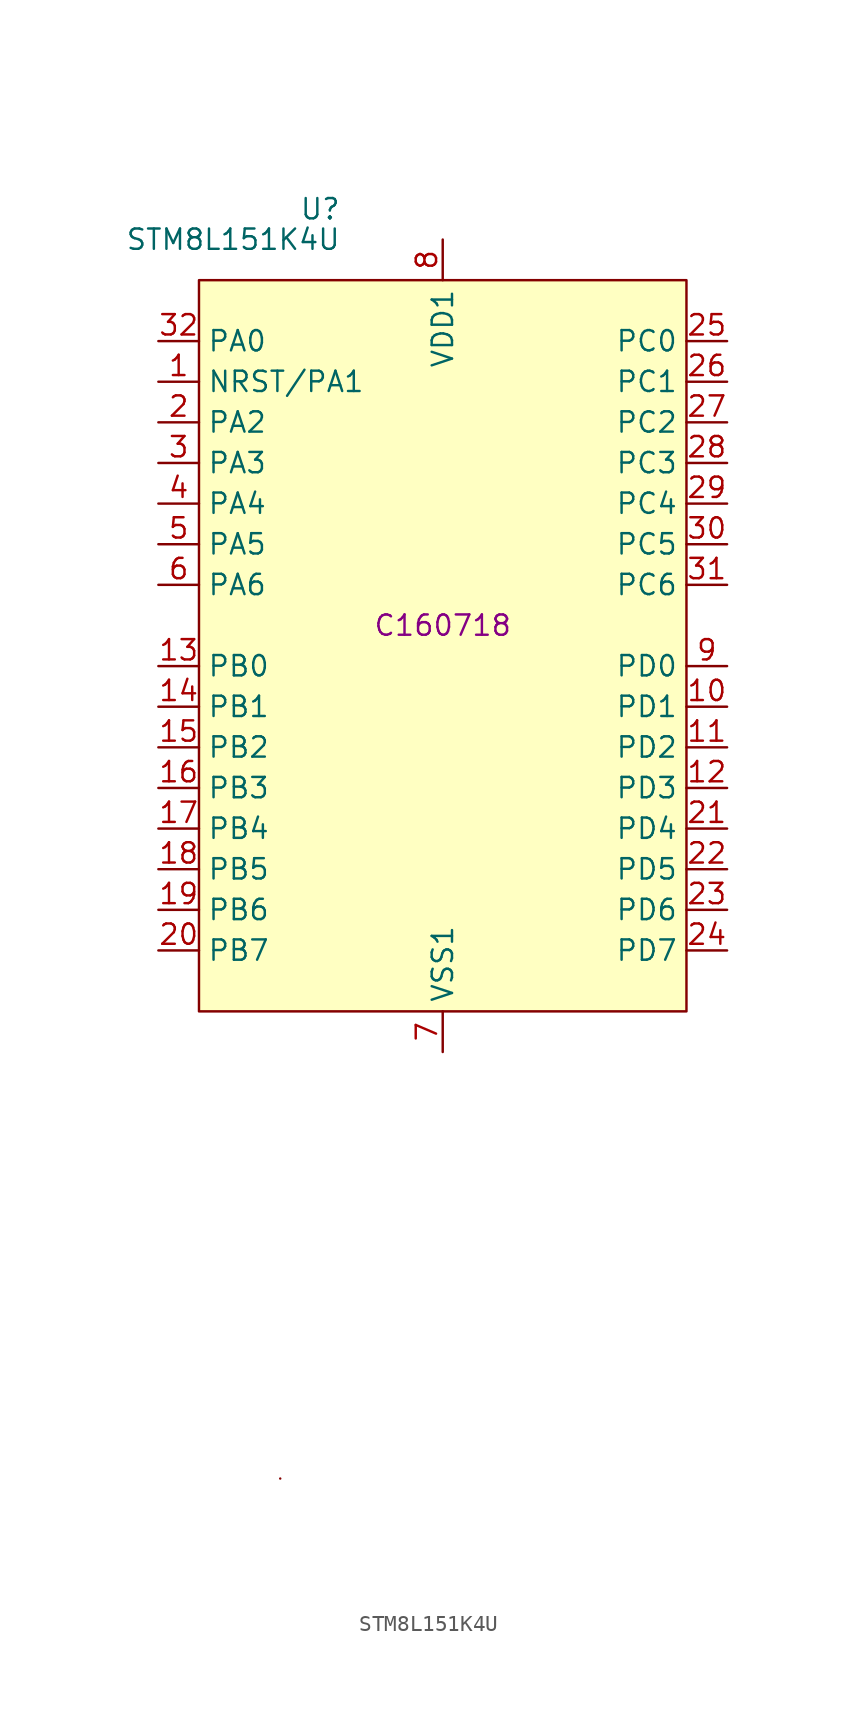
<source format=kicad_sym>
(kicad_symbol_lib
  (version 20211014)
  (generator kicad_symbol_editor)
  (symbol "STM8L151K4U"
    (property "Reference" "U"
      (at -6.35 26.035 0)
      (effects (font (size 1.27 1.27)) (justify right)))
    (property "Value" "STM8L151K4U"
      (at -6.35 24.13 0)
      (effects (font (size 1.27 1.27)) (justify right)))
    (property "LCSC" "C160718"
      (at 0 0 0)
      (effects (font (size 1.27 1.27))))
    (symbol "STM8L151K4U_0_0"
      (pin bidirectional line (at -17.78 15.24 0) (length 2.54) (name "NRST/PA1" (effects (font (size 1.27 1.27)))) (number "1" (effects (font (size 1.27 1.27)))))
      (pin bidirectional line (at 17.78 -5.08 180) (length 2.54) (name "PD1" (effects (font (size 1.27 1.27)))) (number "10" (effects (font (size 1.27 1.27)))))
      (pin bidirectional line (at 17.78 -7.62 180) (length 2.54) (name "PD2" (effects (font (size 1.27 1.27)))) (number "11" (effects (font (size 1.27 1.27)))))
      (pin bidirectional line (at 17.78 -10.16 180) (length 2.54) (name "PD3" (effects (font (size 1.27 1.27)))) (number "12" (effects (font (size 1.27 1.27)))))
      (pin bidirectional line (at -17.78 -2.54 0) (length 2.54) (name "PB0" (effects (font (size 1.27 1.27)))) (number "13" (effects (font (size 1.27 1.27)))))
      (pin bidirectional line (at -17.78 -5.08 0) (length 2.54) (name "PB1" (effects (font (size 1.27 1.27)))) (number "14" (effects (font (size 1.27 1.27)))))
      (pin bidirectional line (at -17.78 -7.62 0) (length 2.54) (name "PB2" (effects (font (size 1.27 1.27)))) (number "15" (effects (font (size 1.27 1.27)))))
      (pin bidirectional line (at -17.78 -10.16 0) (length 2.54) (name "PB3" (effects (font (size 1.27 1.27)))) (number "16" (effects (font (size 1.27 1.27)))))
      (pin bidirectional line (at -17.78 -12.7 0) (length 2.54) (name "PB4" (effects (font (size 1.27 1.27)))) (number "17" (effects (font (size 1.27 1.27)))))
      (pin bidirectional line (at -17.78 -15.24 0) (length 2.54) (name "PB5" (effects (font (size 1.27 1.27)))) (number "18" (effects (font (size 1.27 1.27)))))
      (pin bidirectional line (at -17.78 -17.78 0) (length 2.54) (name "PB6" (effects (font (size 1.27 1.27)))) (number "19" (effects (font (size 1.27 1.27)))))
      (pin bidirectional line (at -17.78 12.7 0) (length 2.54) (name "PA2" (effects (font (size 1.27 1.27)))) (number "2" (effects (font (size 1.27 1.27)))))
      (pin bidirectional line (at -17.78 -20.32 0) (length 2.54) (name "PB7" (effects (font (size 1.27 1.27)))) (number "20" (effects (font (size 1.27 1.27)))))
      (pin bidirectional line (at 17.78 -12.7 180) (length 2.54) (name "PD4" (effects (font (size 1.27 1.27)))) (number "21" (effects (font (size 1.27 1.27)))))
      (pin bidirectional line (at 17.78 -15.24 180) (length 2.54) (name "PD5" (effects (font (size 1.27 1.27)))) (number "22" (effects (font (size 1.27 1.27)))))
      (pin bidirectional line (at 17.78 -17.78 180) (length 2.54) (name "PD6" (effects (font (size 1.27 1.27)))) (number "23" (effects (font (size 1.27 1.27)))))
      (pin bidirectional line (at 17.78 -20.32 180) (length 2.54) (name "PD7" (effects (font (size 1.27 1.27)))) (number "24" (effects (font (size 1.27 1.27)))))
      (pin bidirectional line (at 17.78 17.78 180) (length 2.54) (name "PC0" (effects (font (size 1.27 1.27)))) (number "25" (effects (font (size 1.27 1.27)))))
      (pin bidirectional line (at 17.78 15.24 180) (length 2.54) (name "PC1" (effects (font (size 1.27 1.27)))) (number "26" (effects (font (size 1.27 1.27)))))
      (pin bidirectional line (at 17.78 12.7 180) (length 2.54) (name "PC2" (effects (font (size 1.27 1.27)))) (number "27" (effects (font (size 1.27 1.27)))))
      (pin bidirectional line (at 17.78 10.16 180) (length 2.54) (name "PC3" (effects (font (size 1.27 1.27)))) (number "28" (effects (font (size 1.27 1.27)))))
      (pin bidirectional line (at 17.78 7.62 180) (length 2.54) (name "PC4" (effects (font (size 1.27 1.27)))) (number "29" (effects (font (size 1.27 1.27)))))
      (pin bidirectional line (at -17.78 10.16 0) (length 2.54) (name "PA3" (effects (font (size 1.27 1.27)))) (number "3" (effects (font (size 1.27 1.27)))))
      (pin bidirectional line (at 17.78 5.08 180) (length 2.54) (name "PC5" (effects (font (size 1.27 1.27)))) (number "30" (effects (font (size 1.27 1.27)))))
      (pin bidirectional line (at 17.78 2.54 180) (length 2.54) (name "PC6" (effects (font (size 1.27 1.27)))) (number "31" (effects (font (size 1.27 1.27)))))
      (pin bidirectional line (at -17.78 17.78 0) (length 2.54) (name "PA0" (effects (font (size 1.27 1.27)))) (number "32" (effects (font (size 1.27 1.27)))))
      (pin bidirectional line (at -17.78 7.62 0) (length 2.54) (name "PA4" (effects (font (size 1.27 1.27)))) (number "4" (effects (font (size 1.27 1.27)))))
      (pin bidirectional line (at -17.78 5.08 0) (length 2.54) (name "PA5" (effects (font (size 1.27 1.27)))) (number "5" (effects (font (size 1.27 1.27)))))
      (pin bidirectional line (at -17.78 2.54 0) (length 2.54) (name "PA6" (effects (font (size 1.27 1.27)))) (number "6" (effects (font (size 1.27 1.27)))))
      (pin power_in line (at 0 -26.67 90) (length 2.54) (name "VSS1" (effects (font (size 1.27 1.27)))) (number "7" (effects (font (size 1.27 1.27)))))
      (pin power_in line (at 0 24.13 270) (length 2.54) (name "VDD1" (effects (font (size 1.27 1.27)))) (number "8" (effects (font (size 1.27 1.27)))))
      (pin bidirectional line (at 17.78 -2.54 180) (length 2.54) (name "PD0" (effects (font (size 1.27 1.27)))) (number "9" (effects (font (size 1.27 1.27))))))
    (symbol "STM8L151K4U_0_1"
      (rectangle (start -15.24 21.59) (end 15.24 -24.13) (stroke (width 0) (type default) (color 0 0 0 0)) (fill (type background)))
      (rectangle (start -10.16 -53.34) (end -10.16 -53.34) (stroke (width 0.152) (type default) (color 0 0 0 0)) (fill (type none))))
    (symbol "STM8L151K4U_1_1"
      (pin power_in line (at 6.35 -26.67 90) (length 2.54) hide (name "thermal" (effects (font (size 1.27 1.27)))) (number "33" (effects (font (size 1.27 1.27))))))))
</source>
